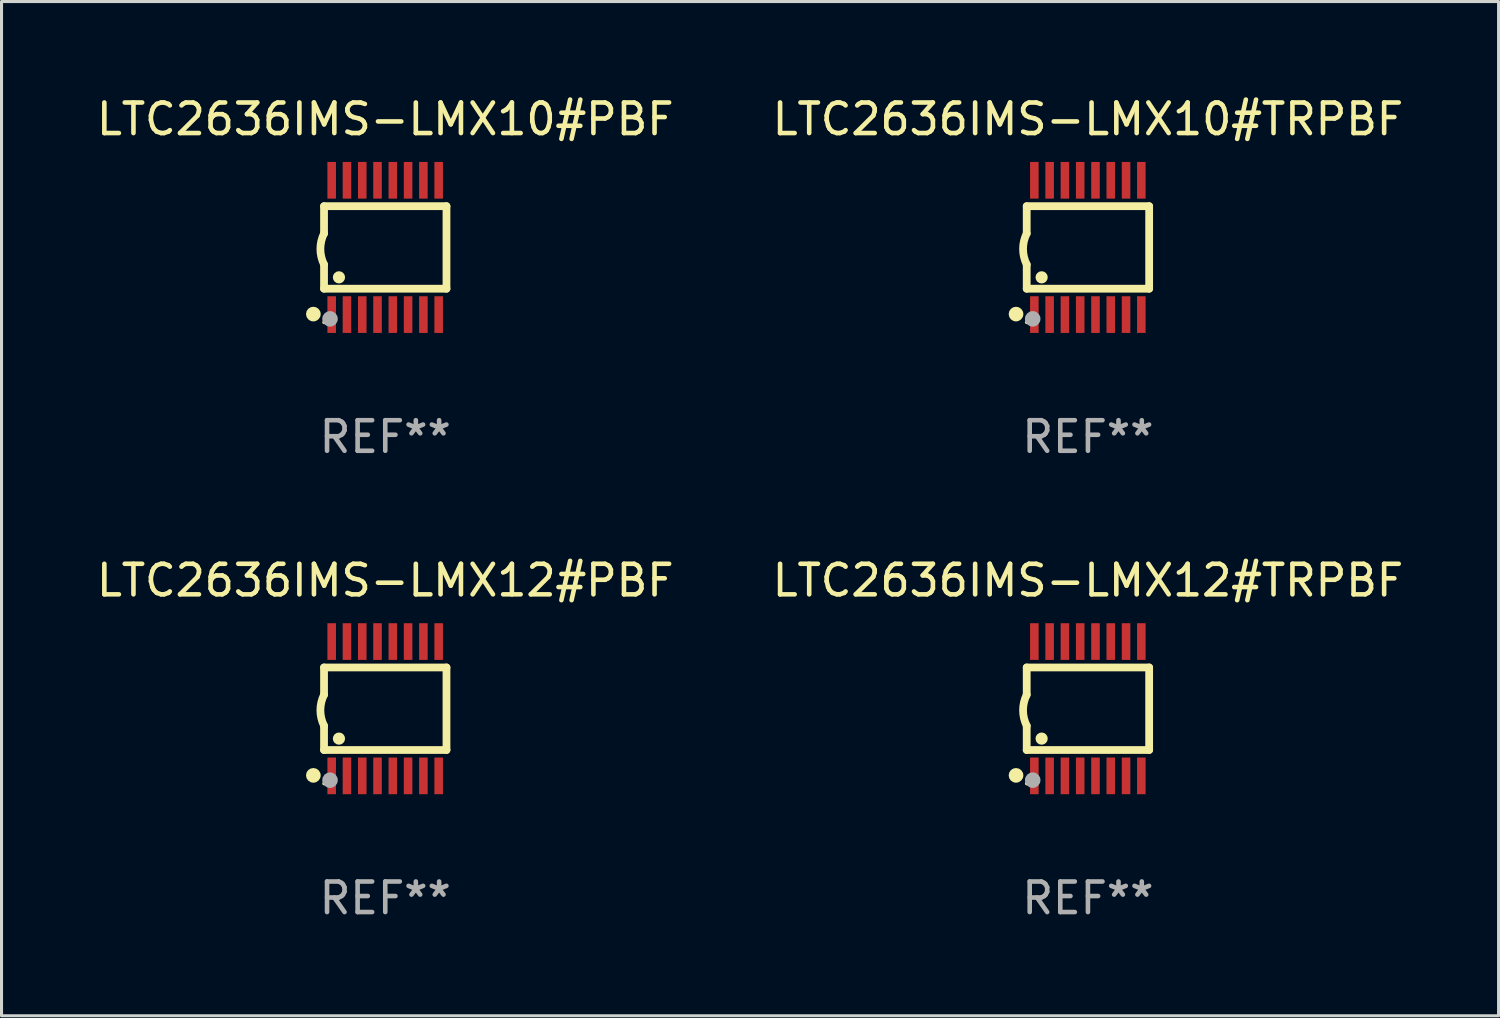
<source format=kicad_pcb>
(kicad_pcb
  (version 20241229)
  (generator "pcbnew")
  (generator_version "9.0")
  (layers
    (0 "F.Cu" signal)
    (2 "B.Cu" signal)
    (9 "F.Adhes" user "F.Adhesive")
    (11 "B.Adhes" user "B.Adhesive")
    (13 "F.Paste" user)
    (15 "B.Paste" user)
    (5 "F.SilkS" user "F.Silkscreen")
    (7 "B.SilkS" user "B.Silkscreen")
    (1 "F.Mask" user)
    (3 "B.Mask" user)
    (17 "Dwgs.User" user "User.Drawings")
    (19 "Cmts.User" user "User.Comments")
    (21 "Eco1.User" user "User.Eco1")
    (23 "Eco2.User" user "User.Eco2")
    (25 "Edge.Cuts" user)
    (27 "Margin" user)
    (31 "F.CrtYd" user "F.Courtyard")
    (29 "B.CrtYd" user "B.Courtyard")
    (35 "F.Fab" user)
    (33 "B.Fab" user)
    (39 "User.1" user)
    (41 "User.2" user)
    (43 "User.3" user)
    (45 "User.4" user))
  (footprint "LTC2636IMS-LMX10#PBF"
    (layer "F.Cu")
    (at 9.554 5.045)
    (property "Reference" "LTC2636IMS-LMX10#PBF" (at 0 -4.197 0) (layer "F.SilkS") (effects (font (size 1 1) (thickness 0.15))))
    (attr through_hole)
    (fp_line (start -2.003 -1.35) (end -2.003 -0.457) (stroke (width 0.254) (type solid)) (layer "F.SilkS"))
    (fp_line (start -2.003 -1.35) (end 2.003 -1.35) (stroke (width 0.254) (type solid)) (layer "F.SilkS"))
    (fp_line (start -2.003 1.35) (end -2.003 0.559) (stroke (width 0.254) (type solid)) (layer "F.SilkS"))
    (fp_line (start -2.003 1.35) (end 2.003 1.35) (stroke (width 0.254) (type solid)) (layer "F.SilkS"))
    (fp_line (start 2.003 -1.35) (end 2.003 1.35) (stroke (width 0.254) (type solid)) (layer "F.SilkS"))
    (fp_arc (start -2.002286 0.558802) (mid -2.122556 0.05092) (end -2.003302 -0.457201) (stroke (width 0.254001) (type solid)) (layer "F.SilkS"))
    (fp_circle (center -2.353 2.18) (end -2.233 2.18) (stroke (width 0.24) (type solid)) (fill no) (layer "F.SilkS"))
    (fp_circle (center -2.003 2.45) (end -1.973 2.45) (stroke (width 0.06) (type solid)) (fill no) (layer "F.SilkS"))
    (fp_circle (center -1.515 0.978) (end -1.415 0.978) (stroke (width 0.2) (type solid)) (fill no) (layer "F.SilkS"))
    (fp_circle (center -1.807 2.337) (end -1.68 2.337) (stroke (width 0.254) (type solid)) (fill no) (layer "F.Fab"))
    (fp_text user "REF**" (at 0 6.197 0) (layer "F.Fab") (effects (font (size 1 1) (thickness 0.15))))
    (pad "1" smd rect (at -1.753 2.197 90) (size 1.2 0.28) (layers "F.Cu" "F.Mask" "F.Paste"))
    (pad "2" smd rect (at -1.253 2.197 90) (size 1.2 0.28) (layers "F.Cu" "F.Mask" "F.Paste"))
    (pad "3" smd rect (at -0.753 2.197 90) (size 1.2 0.28) (layers "F.Cu" "F.Mask" "F.Paste"))
    (pad "4" smd rect (at -0.253 2.197 90) (size 1.2 0.28) (layers "F.Cu" "F.Mask" "F.Paste"))
    (pad "5" smd rect (at 0.247 2.197 90) (size 1.2 0.28) (layers "F.Cu" "F.Mask" "F.Paste"))
    (pad "6" smd rect (at 0.747 2.197 90) (size 1.2 0.28) (layers "F.Cu" "F.Mask" "F.Paste"))
    (pad "7" smd rect (at 1.247 2.197 90) (size 1.2 0.28) (layers "F.Cu" "F.Mask" "F.Paste"))
    (pad "8" smd rect (at 1.747 2.197 90) (size 1.2 0.28) (layers "F.Cu" "F.Mask" "F.Paste"))
    (pad "9" smd rect (at 1.747 -2.197 90) (size 1.2 0.28) (layers "F.Cu" "F.Mask" "F.Paste"))
    (pad "10" smd rect (at 1.247 -2.197 90) (size 1.2 0.28) (layers "F.Cu" "F.Mask" "F.Paste"))
    (pad "11" smd rect (at 0.747 -2.197 90) (size 1.2 0.28) (layers "F.Cu" "F.Mask" "F.Paste"))
    (pad "12" smd rect (at 0.247 -2.197 90) (size 1.2 0.28) (layers "F.Cu" "F.Mask" "F.Paste"))
    (pad "13" smd rect (at -0.253 -2.197 90) (size 1.2 0.28) (layers "F.Cu" "F.Mask" "F.Paste"))
    (pad "14" smd rect (at -0.753 -2.197 90) (size 1.2 0.28) (layers "F.Cu" "F.Mask" "F.Paste"))
    (pad "15" smd rect (at -1.253 -2.197 90) (size 1.2 0.28) (layers "F.Cu" "F.Mask" "F.Paste"))
    (pad "16" smd rect (at -1.753 -2.197 90) (size 1.2 0.28) (layers "F.Cu" "F.Mask" "F.Paste")))
  (footprint "LTC2636IMS-LMX10#TRPBF"
    (layer "F.Cu")
    (at 32.542 5.045)
    (property "Reference" "LTC2636IMS-LMX10#TRPBF" (at 0 -4.197 0) (layer "F.SilkS") (effects (font (size 1 1) (thickness 0.15))))
    (attr through_hole)
    (fp_line (start -2.003 -1.35) (end -2.003 -0.457) (stroke (width 0.254) (type solid)) (layer "F.SilkS"))
    (fp_line (start -2.003 -1.35) (end 2.003 -1.35) (stroke (width 0.254) (type solid)) (layer "F.SilkS"))
    (fp_line (start -2.003 1.35) (end -2.003 0.559) (stroke (width 0.254) (type solid)) (layer "F.SilkS"))
    (fp_line (start -2.003 1.35) (end 2.003 1.35) (stroke (width 0.254) (type solid)) (layer "F.SilkS"))
    (fp_line (start 2.003 -1.35) (end 2.003 1.35) (stroke (width 0.254) (type solid)) (layer "F.SilkS"))
    (fp_arc (start -2.002286 0.558802) (mid -2.122556 0.05092) (end -2.003302 -0.457201) (stroke (width 0.254001) (type solid)) (layer "F.SilkS"))
    (fp_circle (center -2.353 2.18) (end -2.233 2.18) (stroke (width 0.24) (type solid)) (fill no) (layer "F.SilkS"))
    (fp_circle (center -2.003 2.45) (end -1.973 2.45) (stroke (width 0.06) (type solid)) (fill no) (layer "F.SilkS"))
    (fp_circle (center -1.515 0.978) (end -1.415 0.978) (stroke (width 0.2) (type solid)) (fill no) (layer "F.SilkS"))
    (fp_circle (center -1.807 2.337) (end -1.68 2.337) (stroke (width 0.254) (type solid)) (fill no) (layer "F.Fab"))
    (fp_text user "REF**" (at 0 6.197 0) (layer "F.Fab") (effects (font (size 1 1) (thickness 0.15))))
    (pad "1" smd rect (at -1.753 2.197 90) (size 1.2 0.28) (layers "F.Cu" "F.Mask" "F.Paste"))
    (pad "2" smd rect (at -1.253 2.197 90) (size 1.2 0.28) (layers "F.Cu" "F.Mask" "F.Paste"))
    (pad "3" smd rect (at -0.753 2.197 90) (size 1.2 0.28) (layers "F.Cu" "F.Mask" "F.Paste"))
    (pad "4" smd rect (at -0.253 2.197 90) (size 1.2 0.28) (layers "F.Cu" "F.Mask" "F.Paste"))
    (pad "5" smd rect (at 0.247 2.197 90) (size 1.2 0.28) (layers "F.Cu" "F.Mask" "F.Paste"))
    (pad "6" smd rect (at 0.747 2.197 90) (size 1.2 0.28) (layers "F.Cu" "F.Mask" "F.Paste"))
    (pad "7" smd rect (at 1.247 2.197 90) (size 1.2 0.28) (layers "F.Cu" "F.Mask" "F.Paste"))
    (pad "8" smd rect (at 1.747 2.197 90) (size 1.2 0.28) (layers "F.Cu" "F.Mask" "F.Paste"))
    (pad "9" smd rect (at 1.747 -2.197 90) (size 1.2 0.28) (layers "F.Cu" "F.Mask" "F.Paste"))
    (pad "10" smd rect (at 1.247 -2.197 90) (size 1.2 0.28) (layers "F.Cu" "F.Mask" "F.Paste"))
    (pad "11" smd rect (at 0.747 -2.197 90) (size 1.2 0.28) (layers "F.Cu" "F.Mask" "F.Paste"))
    (pad "12" smd rect (at 0.247 -2.197 90) (size 1.2 0.28) (layers "F.Cu" "F.Mask" "F.Paste"))
    (pad "13" smd rect (at -0.253 -2.197 90) (size 1.2 0.28) (layers "F.Cu" "F.Mask" "F.Paste"))
    (pad "14" smd rect (at -0.753 -2.197 90) (size 1.2 0.28) (layers "F.Cu" "F.Mask" "F.Paste"))
    (pad "15" smd rect (at -1.253 -2.197 90) (size 1.2 0.28) (layers "F.Cu" "F.Mask" "F.Paste"))
    (pad "16" smd rect (at -1.753 -2.197 90) (size 1.2 0.28) (layers "F.Cu" "F.Mask" "F.Paste")))
  (footprint "LTC2636IMS-LMX12#PBF"
    (layer "F.Cu")
    (at 9.554 20.136)
    (property "Reference" "LTC2636IMS-LMX12#PBF" (at 0 -4.197 0) (layer "F.SilkS") (effects (font (size 1 1) (thickness 0.15))))
    (attr through_hole)
    (fp_line (start -2.003 -1.35) (end -2.003 -0.457) (stroke (width 0.254) (type solid)) (layer "F.SilkS"))
    (fp_line (start -2.003 -1.35) (end 2.003 -1.35) (stroke (width 0.254) (type solid)) (layer "F.SilkS"))
    (fp_line (start -2.003 1.35) (end -2.003 0.559) (stroke (width 0.254) (type solid)) (layer "F.SilkS"))
    (fp_line (start -2.003 1.35) (end 2.003 1.35) (stroke (width 0.254) (type solid)) (layer "F.SilkS"))
    (fp_line (start 2.003 -1.35) (end 2.003 1.35) (stroke (width 0.254) (type solid)) (layer "F.SilkS"))
    (fp_arc (start -2.002286 0.558802) (mid -2.122556 0.05092) (end -2.003302 -0.457201) (stroke (width 0.254001) (type solid)) (layer "F.SilkS"))
    (fp_circle (center -2.353 2.18) (end -2.233 2.18) (stroke (width 0.24) (type solid)) (fill no) (layer "F.SilkS"))
    (fp_circle (center -2.003 2.45) (end -1.973 2.45) (stroke (width 0.06) (type solid)) (fill no) (layer "F.SilkS"))
    (fp_circle (center -1.515 0.978) (end -1.415 0.978) (stroke (width 0.2) (type solid)) (fill no) (layer "F.SilkS"))
    (fp_circle (center -1.807 2.337) (end -1.68 2.337) (stroke (width 0.254) (type solid)) (fill no) (layer "F.Fab"))
    (fp_text user "REF**" (at 0 6.197 0) (layer "F.Fab") (effects (font (size 1 1) (thickness 0.15))))
    (pad "1" smd rect (at -1.753 2.197 90) (size 1.2 0.28) (layers "F.Cu" "F.Mask" "F.Paste"))
    (pad "2" smd rect (at -1.253 2.197 90) (size 1.2 0.28) (layers "F.Cu" "F.Mask" "F.Paste"))
    (pad "3" smd rect (at -0.753 2.197 90) (size 1.2 0.28) (layers "F.Cu" "F.Mask" "F.Paste"))
    (pad "4" smd rect (at -0.253 2.197 90) (size 1.2 0.28) (layers "F.Cu" "F.Mask" "F.Paste"))
    (pad "5" smd rect (at 0.247 2.197 90) (size 1.2 0.28) (layers "F.Cu" "F.Mask" "F.Paste"))
    (pad "6" smd rect (at 0.747 2.197 90) (size 1.2 0.28) (layers "F.Cu" "F.Mask" "F.Paste"))
    (pad "7" smd rect (at 1.247 2.197 90) (size 1.2 0.28) (layers "F.Cu" "F.Mask" "F.Paste"))
    (pad "8" smd rect (at 1.747 2.197 90) (size 1.2 0.28) (layers "F.Cu" "F.Mask" "F.Paste"))
    (pad "9" smd rect (at 1.747 -2.197 90) (size 1.2 0.28) (layers "F.Cu" "F.Mask" "F.Paste"))
    (pad "10" smd rect (at 1.247 -2.197 90) (size 1.2 0.28) (layers "F.Cu" "F.Mask" "F.Paste"))
    (pad "11" smd rect (at 0.747 -2.197 90) (size 1.2 0.28) (layers "F.Cu" "F.Mask" "F.Paste"))
    (pad "12" smd rect (at 0.247 -2.197 90) (size 1.2 0.28) (layers "F.Cu" "F.Mask" "F.Paste"))
    (pad "13" smd rect (at -0.253 -2.197 90) (size 1.2 0.28) (layers "F.Cu" "F.Mask" "F.Paste"))
    (pad "14" smd rect (at -0.753 -2.197 90) (size 1.2 0.28) (layers "F.Cu" "F.Mask" "F.Paste"))
    (pad "15" smd rect (at -1.253 -2.197 90) (size 1.2 0.28) (layers "F.Cu" "F.Mask" "F.Paste"))
    (pad "16" smd rect (at -1.753 -2.197 90) (size 1.2 0.28) (layers "F.Cu" "F.Mask" "F.Paste")))
  (footprint "LTC2636IMS-LMX12#TRPBF"
    (layer "F.Cu")
    (at 32.542 20.136)
    (property "Reference" "LTC2636IMS-LMX12#TRPBF" (at 0 -4.197 0) (layer "F.SilkS") (effects (font (size 1 1) (thickness 0.15))))
    (attr through_hole)
    (fp_line (start -2.003 -1.35) (end -2.003 -0.457) (stroke (width 0.254) (type solid)) (layer "F.SilkS"))
    (fp_line (start -2.003 -1.35) (end 2.003 -1.35) (stroke (width 0.254) (type solid)) (layer "F.SilkS"))
    (fp_line (start -2.003 1.35) (end -2.003 0.559) (stroke (width 0.254) (type solid)) (layer "F.SilkS"))
    (fp_line (start -2.003 1.35) (end 2.003 1.35) (stroke (width 0.254) (type solid)) (layer "F.SilkS"))
    (fp_line (start 2.003 -1.35) (end 2.003 1.35) (stroke (width 0.254) (type solid)) (layer "F.SilkS"))
    (fp_arc (start -2.002286 0.558802) (mid -2.122556 0.05092) (end -2.003302 -0.457201) (stroke (width 0.254001) (type solid)) (layer "F.SilkS"))
    (fp_circle (center -2.353 2.18) (end -2.233 2.18) (stroke (width 0.24) (type solid)) (fill no) (layer "F.SilkS"))
    (fp_circle (center -2.003 2.45) (end -1.973 2.45) (stroke (width 0.06) (type solid)) (fill no) (layer "F.SilkS"))
    (fp_circle (center -1.515 0.978) (end -1.415 0.978) (stroke (width 0.2) (type solid)) (fill no) (layer "F.SilkS"))
    (fp_circle (center -1.807 2.337) (end -1.68 2.337) (stroke (width 0.254) (type solid)) (fill no) (layer "F.Fab"))
    (fp_text user "REF**" (at 0 6.197 0) (layer "F.Fab") (effects (font (size 1 1) (thickness 0.15))))
    (pad "1" smd rect (at -1.753 2.197 90) (size 1.2 0.28) (layers "F.Cu" "F.Mask" "F.Paste"))
    (pad "2" smd rect (at -1.253 2.197 90) (size 1.2 0.28) (layers "F.Cu" "F.Mask" "F.Paste"))
    (pad "3" smd rect (at -0.753 2.197 90) (size 1.2 0.28) (layers "F.Cu" "F.Mask" "F.Paste"))
    (pad "4" smd rect (at -0.253 2.197 90) (size 1.2 0.28) (layers "F.Cu" "F.Mask" "F.Paste"))
    (pad "5" smd rect (at 0.247 2.197 90) (size 1.2 0.28) (layers "F.Cu" "F.Mask" "F.Paste"))
    (pad "6" smd rect (at 0.747 2.197 90) (size 1.2 0.28) (layers "F.Cu" "F.Mask" "F.Paste"))
    (pad "7" smd rect (at 1.247 2.197 90) (size 1.2 0.28) (layers "F.Cu" "F.Mask" "F.Paste"))
    (pad "8" smd rect (at 1.747 2.197 90) (size 1.2 0.28) (layers "F.Cu" "F.Mask" "F.Paste"))
    (pad "9" smd rect (at 1.747 -2.197 90) (size 1.2 0.28) (layers "F.Cu" "F.Mask" "F.Paste"))
    (pad "10" smd rect (at 1.247 -2.197 90) (size 1.2 0.28) (layers "F.Cu" "F.Mask" "F.Paste"))
    (pad "11" smd rect (at 0.747 -2.197 90) (size 1.2 0.28) (layers "F.Cu" "F.Mask" "F.Paste"))
    (pad "12" smd rect (at 0.247 -2.197 90) (size 1.2 0.28) (layers "F.Cu" "F.Mask" "F.Paste"))
    (pad "13" smd rect (at -0.253 -2.197 90) (size 1.2 0.28) (layers "F.Cu" "F.Mask" "F.Paste"))
    (pad "14" smd rect (at -0.753 -2.197 90) (size 1.2 0.28) (layers "F.Cu" "F.Mask" "F.Paste"))
    (pad "15" smd rect (at -1.253 -2.197 90) (size 1.2 0.28) (layers "F.Cu" "F.Mask" "F.Paste"))
    (pad "16" smd rect (at -1.753 -2.197 90) (size 1.2 0.28) (layers "F.Cu" "F.Mask" "F.Paste")))
  (gr_rect
    (start -3 -3)
    (end 45.976 30.181)
    (stroke (width 0.1) (type default))
    (fill no)
    (layer "Edge.Cuts")))
</source>
